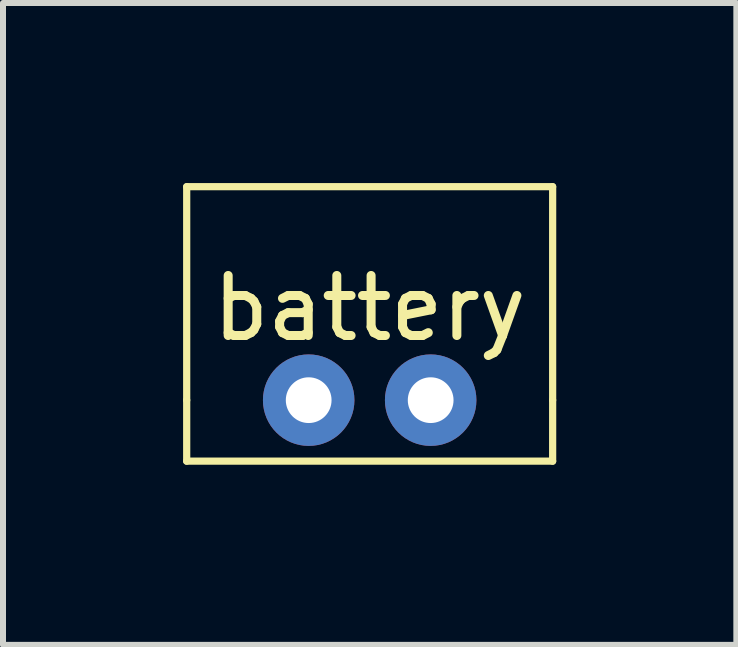
<source format=kicad_pcb>
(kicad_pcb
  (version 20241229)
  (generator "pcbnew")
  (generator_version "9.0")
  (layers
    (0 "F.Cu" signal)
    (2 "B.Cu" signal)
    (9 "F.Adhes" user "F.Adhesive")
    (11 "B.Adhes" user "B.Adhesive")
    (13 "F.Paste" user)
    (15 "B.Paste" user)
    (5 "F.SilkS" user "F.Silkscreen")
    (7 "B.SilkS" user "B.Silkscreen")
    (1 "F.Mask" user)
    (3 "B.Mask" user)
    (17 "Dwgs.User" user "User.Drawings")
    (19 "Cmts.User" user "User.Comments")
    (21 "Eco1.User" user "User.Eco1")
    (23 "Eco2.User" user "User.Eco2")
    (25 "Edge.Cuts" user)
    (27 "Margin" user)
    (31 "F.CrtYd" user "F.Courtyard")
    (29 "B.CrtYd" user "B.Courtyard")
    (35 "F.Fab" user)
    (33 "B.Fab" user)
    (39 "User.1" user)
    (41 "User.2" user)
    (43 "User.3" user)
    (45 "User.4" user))
  (footprint "battery"
    (layer "F.Cu")
    (at 3.108 1.584)
    (property "Reference" "battery" (at 0 0.5 0) (layer "F.SilkS") (effects (font (size 1 1) (thickness 0.15))))
    (attr through_hole)
    (fp_line (start -3.048 -1.524) (end 3.048 -1.524) (stroke (width 0.12) (type solid)) (layer "F.SilkS"))
    (fp_line (start -3.048 2.032) (end -3.048 -1.524) (stroke (width 0.12) (type solid)) (layer "F.SilkS"))
    (fp_line (start -3.048 2.032) (end -3.048 3.048) (stroke (width 0.12) (type solid)) (layer "F.SilkS"))
    (fp_line (start -3.048 3.048) (end 3.048 3.048) (stroke (width 0.12) (type solid)) (layer "F.SilkS"))
    (fp_line (start 3.048 -1.524) (end 3.048 2.032) (stroke (width 0.12) (type solid)) (layer "F.SilkS"))
    (fp_line (start 3.048 3.048) (end 3.048 2.032) (stroke (width 0.12) (type solid)) (layer "F.SilkS"))
    (pad "1" thru_hole circle (at -1.016 2.032) (size 1.524 1.524) (drill 0.762) (layers "*.Cu" "*.Mask"))
    (pad "2" thru_hole circle (at 1.016 2.032) (size 1.524 1.524) (drill 0.762) (layers "*.Cu" "*.Mask")))
  (gr_rect
    (start -3 -3)
    (end 9.216 7.692)
    (stroke (width 0.1) (type default))
    (fill no)
    (layer "Edge.Cuts")))
</source>
